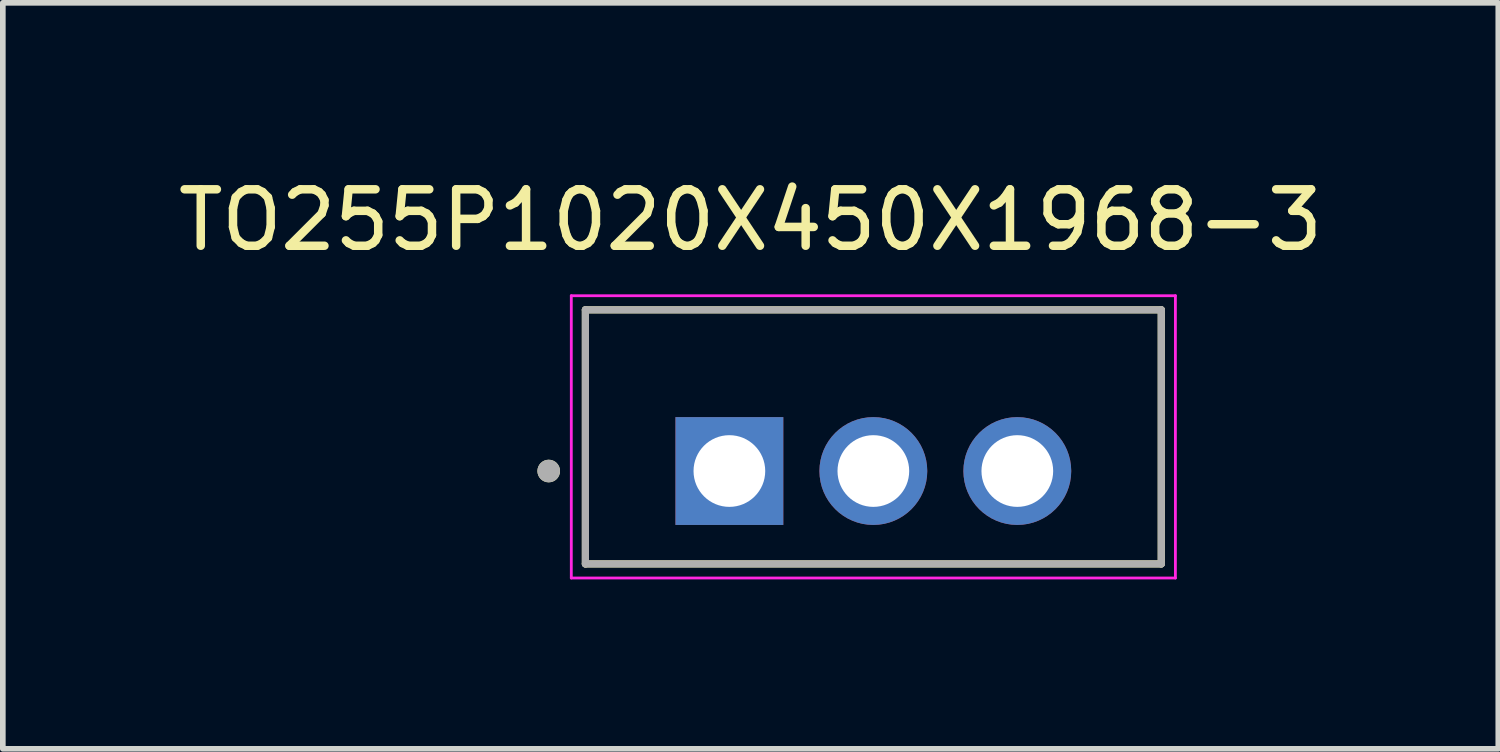
<source format=kicad_pcb>
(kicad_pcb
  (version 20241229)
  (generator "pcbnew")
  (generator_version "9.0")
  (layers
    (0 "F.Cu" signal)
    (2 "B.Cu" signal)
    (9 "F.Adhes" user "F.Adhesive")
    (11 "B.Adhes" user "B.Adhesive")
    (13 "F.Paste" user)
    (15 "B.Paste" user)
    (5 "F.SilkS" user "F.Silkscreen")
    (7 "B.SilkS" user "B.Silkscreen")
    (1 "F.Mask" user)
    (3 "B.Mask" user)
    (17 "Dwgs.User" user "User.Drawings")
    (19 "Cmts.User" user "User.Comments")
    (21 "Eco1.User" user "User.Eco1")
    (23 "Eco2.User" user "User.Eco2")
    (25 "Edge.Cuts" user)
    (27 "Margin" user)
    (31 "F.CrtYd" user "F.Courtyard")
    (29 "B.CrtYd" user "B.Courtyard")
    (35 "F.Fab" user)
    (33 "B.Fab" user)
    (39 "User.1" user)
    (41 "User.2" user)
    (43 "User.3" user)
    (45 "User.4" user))
  (footprint "TO255P1020X450X1968-3"
    (layer "F.Cu")
    (at 12.419 4.688)
    (property "Reference" "TO255P1020X450X1968-3" (at -2.175 -3.84 0) (layer "F.SilkS") (effects (font (size 1 1) (thickness 0.15))))
    (attr through_hole)
    (fp_line (start -5.1 -2.25) (end 5.1 -2.25) (stroke (width 0.127) (type solid)) (layer "F.SilkS"))
    (fp_line (start -5.1 2.25) (end -5.1 -2.25) (stroke (width 0.127) (type solid)) (layer "F.SilkS"))
    (fp_line (start 5.1 -2.25) (end 5.1 2.25) (stroke (width 0.127) (type solid)) (layer "F.SilkS"))
    (fp_line (start 5.1 2.25) (end -5.1 2.25) (stroke (width 0.127) (type solid)) (layer "F.SilkS"))
    (fp_circle (center -5.75 0.605) (end -5.65 0.605) (stroke (width 0.2) (type solid)) (fill no) (layer "F.SilkS"))
    (fp_line (start -5.35 -2.5) (end 5.35 -2.5) (stroke (width 0.05) (type solid)) (layer "F.CrtYd"))
    (fp_line (start -5.35 2.5) (end -5.35 -2.5) (stroke (width 0.05) (type solid)) (layer "F.CrtYd"))
    (fp_line (start 5.35 -2.5) (end 5.35 2.5) (stroke (width 0.05) (type solid)) (layer "F.CrtYd"))
    (fp_line (start 5.35 2.5) (end -5.35 2.5) (stroke (width 0.05) (type solid)) (layer "F.CrtYd"))
    (fp_line (start -5.1 -2.25) (end 5.1 -2.25) (stroke (width 0.127) (type solid)) (layer "F.Fab"))
    (fp_line (start -5.1 2.25) (end -5.1 -2.25) (stroke (width 0.127) (type solid)) (layer "F.Fab"))
    (fp_line (start 5.1 -2.25) (end 5.1 2.25) (stroke (width 0.127) (type solid)) (layer "F.Fab"))
    (fp_line (start 5.1 2.25) (end -5.1 2.25) (stroke (width 0.127) (type solid)) (layer "F.Fab"))
    (fp_circle (center -5.75 0.605) (end -5.65 0.605) (stroke (width 0.2) (type solid)) (fill no) (layer "F.Fab"))
    (pad "1" thru_hole rect (at -2.55 0.605) (size 1.91 1.91) (drill 1.27) (layers "*.Cu" "*.Mask"))
    (pad "2" thru_hole circle (at 0 0.605) (size 1.91 1.91) (drill 1.27) (layers "*.Cu" "*.Mask"))
    (pad "3" thru_hole circle (at 2.55 0.605) (size 1.91 1.91) (drill 1.27) (layers "*.Cu" "*.Mask")))
  (gr_rect
    (start -3 -3)
    (end 23.488 10.213)
    (stroke (width 0.1) (type default))
    (fill no)
    (layer "Edge.Cuts")))
</source>
